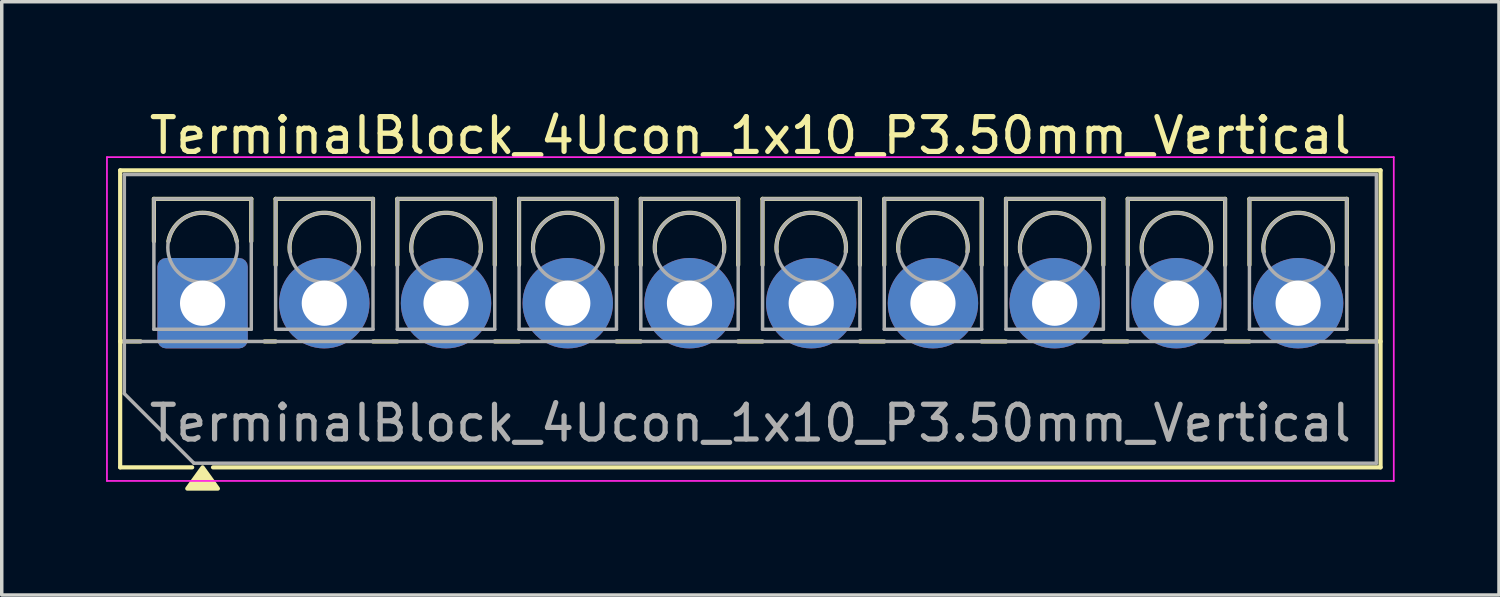
<source format=kicad_pcb>
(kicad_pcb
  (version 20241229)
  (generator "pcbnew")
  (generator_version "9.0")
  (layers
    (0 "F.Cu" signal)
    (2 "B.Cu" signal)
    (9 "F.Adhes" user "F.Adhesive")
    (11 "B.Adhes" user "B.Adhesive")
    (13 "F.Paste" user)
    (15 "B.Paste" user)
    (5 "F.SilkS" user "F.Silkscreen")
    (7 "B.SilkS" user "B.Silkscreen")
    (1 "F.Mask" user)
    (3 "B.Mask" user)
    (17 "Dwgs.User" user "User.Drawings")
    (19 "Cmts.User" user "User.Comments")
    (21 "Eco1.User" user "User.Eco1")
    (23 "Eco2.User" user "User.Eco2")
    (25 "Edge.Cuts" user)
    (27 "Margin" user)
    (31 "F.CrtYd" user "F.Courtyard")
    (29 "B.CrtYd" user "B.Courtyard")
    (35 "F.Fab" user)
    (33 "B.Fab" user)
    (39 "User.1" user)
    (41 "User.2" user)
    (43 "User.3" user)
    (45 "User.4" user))
  (footprint "TerminalBlock_4Ucon_1x10_P3.50mm_Vertical"
    (layer "F.Cu")
    (at 2.775 5.668)
    (property "Reference" "TerminalBlock_4Ucon_1x10_P3.50mm_Vertical" (at 15.75 -4.82 0) (layer "F.SilkS") (effects (font (size 1 1) (thickness 0.15))))
    (attr through_hole)
    (fp_line (start -2.37 -3.82) (end -2.37 4.72) (stroke (width 0.12) (type solid)) (layer "F.SilkS"))
    (fp_line (start -2.37 -3.82) (end 33.87 -3.82) (stroke (width 0.12) (type solid)) (layer "F.SilkS"))
    (fp_line (start -2.37 1.1) (end -1.78 1.1) (stroke (width 0.12) (type solid)) (layer "F.SilkS"))
    (fp_line (start -2.37 4.72) (end -0.3 4.72) (stroke (width 0.12) (type solid)) (layer "F.SilkS"))
    (fp_line (start -1.4 -3) (end -1.4 -1.78) (stroke (width 0.12) (type solid)) (layer "F.SilkS"))
    (fp_line (start -1.4 -3) (end 1.4 -3) (stroke (width 0.12) (type solid)) (layer "F.SilkS"))
    (fp_line (start 0.3 4.72) (end 33.87 4.72) (stroke (width 0.12) (type solid)) (layer "F.SilkS"))
    (fp_line (start 1.4 -3) (end 1.4 -1.78) (stroke (width 0.12) (type solid)) (layer "F.SilkS"))
    (fp_line (start 1.78 1.1) (end 2.101 1.1) (stroke (width 0.12) (type solid)) (layer "F.SilkS"))
    (fp_line (start 2.1 -3) (end 2.1 -1.099) (stroke (width 0.12) (type solid)) (layer "F.SilkS"))
    (fp_line (start 2.1 -3) (end 4.9 -3) (stroke (width 0.12) (type solid)) (layer "F.SilkS"))
    (fp_line (start 4.899 1.1) (end 5.601 1.1) (stroke (width 0.12) (type solid)) (layer "F.SilkS"))
    (fp_line (start 4.9 -3) (end 4.9 -1.099) (stroke (width 0.12) (type solid)) (layer "F.SilkS"))
    (fp_line (start 5.6 -3) (end 5.6 -1.099) (stroke (width 0.12) (type solid)) (layer "F.SilkS"))
    (fp_line (start 5.6 -3) (end 8.4 -3) (stroke (width 0.12) (type solid)) (layer "F.SilkS"))
    (fp_line (start 8.399 1.1) (end 9.101 1.1) (stroke (width 0.12) (type solid)) (layer "F.SilkS"))
    (fp_line (start 8.4 -3) (end 8.4 -1.099) (stroke (width 0.12) (type solid)) (layer "F.SilkS"))
    (fp_line (start 9.1 -3) (end 9.1 -1.099) (stroke (width 0.12) (type solid)) (layer "F.SilkS"))
    (fp_line (start 9.1 -3) (end 11.9 -3) (stroke (width 0.12) (type solid)) (layer "F.SilkS"))
    (fp_line (start 11.899 1.1) (end 12.601 1.1) (stroke (width 0.12) (type solid)) (layer "F.SilkS"))
    (fp_line (start 11.9 -3) (end 11.9 -1.099) (stroke (width 0.12) (type solid)) (layer "F.SilkS"))
    (fp_line (start 12.6 -3) (end 12.6 -1.099) (stroke (width 0.12) (type solid)) (layer "F.SilkS"))
    (fp_line (start 12.6 -3) (end 15.4 -3) (stroke (width 0.12) (type solid)) (layer "F.SilkS"))
    (fp_line (start 15.399 1.1) (end 16.101 1.1) (stroke (width 0.12) (type solid)) (layer "F.SilkS"))
    (fp_line (start 15.4 -3) (end 15.4 -1.099) (stroke (width 0.12) (type solid)) (layer "F.SilkS"))
    (fp_line (start 16.1 -3) (end 16.1 -1.099) (stroke (width 0.12) (type solid)) (layer "F.SilkS"))
    (fp_line (start 16.1 -3) (end 18.9 -3) (stroke (width 0.12) (type solid)) (layer "F.SilkS"))
    (fp_line (start 18.899 1.1) (end 19.601 1.1) (stroke (width 0.12) (type solid)) (layer "F.SilkS"))
    (fp_line (start 18.9 -3) (end 18.9 -1.099) (stroke (width 0.12) (type solid)) (layer "F.SilkS"))
    (fp_line (start 19.6 -3) (end 19.6 -1.099) (stroke (width 0.12) (type solid)) (layer "F.SilkS"))
    (fp_line (start 19.6 -3) (end 22.4 -3) (stroke (width 0.12) (type solid)) (layer "F.SilkS"))
    (fp_line (start 22.399 1.1) (end 23.101 1.1) (stroke (width 0.12) (type solid)) (layer "F.SilkS"))
    (fp_line (start 22.4 -3) (end 22.4 -1.099) (stroke (width 0.12) (type solid)) (layer "F.SilkS"))
    (fp_line (start 23.1 -3) (end 23.1 -1.099) (stroke (width 0.12) (type solid)) (layer "F.SilkS"))
    (fp_line (start 23.1 -3) (end 25.9 -3) (stroke (width 0.12) (type solid)) (layer "F.SilkS"))
    (fp_line (start 25.899 1.1) (end 26.601 1.1) (stroke (width 0.12) (type solid)) (layer "F.SilkS"))
    (fp_line (start 25.9 -3) (end 25.9 -1.099) (stroke (width 0.12) (type solid)) (layer "F.SilkS"))
    (fp_line (start 26.6 -3) (end 26.6 -1.099) (stroke (width 0.12) (type solid)) (layer "F.SilkS"))
    (fp_line (start 26.6 -3) (end 29.4 -3) (stroke (width 0.12) (type solid)) (layer "F.SilkS"))
    (fp_line (start 29.399 1.1) (end 30.101 1.1) (stroke (width 0.12) (type solid)) (layer "F.SilkS"))
    (fp_line (start 29.4 -3) (end 29.4 -1.099) (stroke (width 0.12) (type solid)) (layer "F.SilkS"))
    (fp_line (start 30.1 -3) (end 30.1 -1.099) (stroke (width 0.12) (type solid)) (layer "F.SilkS"))
    (fp_line (start 30.1 -3) (end 32.9 -3) (stroke (width 0.12) (type solid)) (layer "F.SilkS"))
    (fp_line (start 32.899 1.1) (end 33.87 1.1) (stroke (width 0.12) (type solid)) (layer "F.SilkS"))
    (fp_line (start 32.9 -3) (end 32.9 -1.099) (stroke (width 0.12) (type solid)) (layer "F.SilkS"))
    (fp_line (start 33.87 -3.82) (end 33.87 4.72) (stroke (width 0.12) (type solid)) (layer "F.SilkS"))
    (fp_arc (start -0.984 -1.78) (mid -0.00006 -2.600328) (end 0.983978 -1.780118) (stroke (width 0.12) (type solid)) (layer "F.SilkS"))
    (fp_arc (start 2.508 -1.478) (mid 3.500313 -2.599474) (end 4.491923 -1.477379) (stroke (width 0.12) (type solid)) (layer "F.SilkS"))
    (fp_arc (start 6.008 -1.478) (mid 7.000313 -2.599474) (end 7.991923 -1.477379) (stroke (width 0.12) (type solid)) (layer "F.SilkS"))
    (fp_arc (start 9.508 -1.478) (mid 10.500313 -2.599474) (end 11.491923 -1.477379) (stroke (width 0.12) (type solid)) (layer "F.SilkS"))
    (fp_arc (start 13.008 -1.478) (mid 14.000313 -2.599474) (end 14.991923 -1.477379) (stroke (width 0.12) (type solid)) (layer "F.SilkS"))
    (fp_arc (start 16.508 -1.478) (mid 17.500313 -2.599474) (end 18.491923 -1.477379) (stroke (width 0.12) (type solid)) (layer "F.SilkS"))
    (fp_arc (start 20.008 -1.478) (mid 21.000313 -2.599474) (end 21.991923 -1.477379) (stroke (width 0.12) (type solid)) (layer "F.SilkS"))
    (fp_arc (start 23.508 -1.478) (mid 24.500313 -2.599474) (end 25.491923 -1.477379) (stroke (width 0.12) (type solid)) (layer "F.SilkS"))
    (fp_arc (start 27.008 -1.478) (mid 28.000313 -2.599474) (end 28.991923 -1.477379) (stroke (width 0.12) (type solid)) (layer "F.SilkS"))
    (fp_arc (start 30.508 -1.478) (mid 31.500313 -2.599474) (end 32.491923 -1.477379) (stroke (width 0.12) (type solid)) (layer "F.SilkS"))
    (fp_poly (pts (xy 0 4.72) (xy 0.44 5.33) (xy -0.44 5.33)) (stroke (width 0.12) (type solid)) (fill yes) (layer "F.SilkS"))
    (fp_line (start -2.75 -4.2) (end -2.75 5.11) (stroke (width 0.05) (type solid)) (layer "F.CrtYd"))
    (fp_line (start -2.75 5.11) (end 34.25 5.11) (stroke (width 0.05) (type solid)) (layer "F.CrtYd"))
    (fp_line (start 34.25 -4.2) (end -2.75 -4.2) (stroke (width 0.05) (type solid)) (layer "F.CrtYd"))
    (fp_line (start 34.25 5.11) (end 34.25 -4.2) (stroke (width 0.05) (type solid)) (layer "F.CrtYd"))
    (fp_line (start -2.25 -3.7) (end 33.75 -3.7) (stroke (width 0.1) (type solid)) (layer "F.Fab"))
    (fp_line (start -2.25 1.1) (end 33.75 1.1) (stroke (width 0.1) (type solid)) (layer "F.Fab"))
    (fp_line (start -2.25 2.6) (end -2.25 -3.7) (stroke (width 0.1) (type solid)) (layer "F.Fab"))
    (fp_line (start -1.4 -3) (end -1.4 0.75) (stroke (width 0.1) (type solid)) (layer "F.Fab"))
    (fp_line (start -1.4 0.75) (end 1.4 0.75) (stroke (width 0.1) (type solid)) (layer "F.Fab"))
    (fp_line (start -0.25 4.6) (end -2.25 2.6) (stroke (width 0.1) (type solid)) (layer "F.Fab"))
    (fp_line (start 1.4 -3) (end -1.4 -3) (stroke (width 0.1) (type solid)) (layer "F.Fab"))
    (fp_line (start 1.4 0.75) (end 1.4 -3) (stroke (width 0.1) (type solid)) (layer "F.Fab"))
    (fp_line (start 2.1 -3) (end 2.1 0.75) (stroke (width 0.1) (type solid)) (layer "F.Fab"))
    (fp_line (start 2.1 0.75) (end 4.9 0.75) (stroke (width 0.1) (type solid)) (layer "F.Fab"))
    (fp_line (start 4.9 -3) (end 2.1 -3) (stroke (width 0.1) (type solid)) (layer "F.Fab"))
    (fp_line (start 4.9 0.75) (end 4.9 -3) (stroke (width 0.1) (type solid)) (layer "F.Fab"))
    (fp_line (start 5.6 -3) (end 5.6 0.75) (stroke (width 0.1) (type solid)) (layer "F.Fab"))
    (fp_line (start 5.6 0.75) (end 8.4 0.75) (stroke (width 0.1) (type solid)) (layer "F.Fab"))
    (fp_line (start 8.4 -3) (end 5.6 -3) (stroke (width 0.1) (type solid)) (layer "F.Fab"))
    (fp_line (start 8.4 0.75) (end 8.4 -3) (stroke (width 0.1) (type solid)) (layer "F.Fab"))
    (fp_line (start 9.1 -3) (end 9.1 0.75) (stroke (width 0.1) (type solid)) (layer "F.Fab"))
    (fp_line (start 9.1 0.75) (end 11.9 0.75) (stroke (width 0.1) (type solid)) (layer "F.Fab"))
    (fp_line (start 11.9 -3) (end 9.1 -3) (stroke (width 0.1) (type solid)) (layer "F.Fab"))
    (fp_line (start 11.9 0.75) (end 11.9 -3) (stroke (width 0.1) (type solid)) (layer "F.Fab"))
    (fp_line (start 12.6 -3) (end 12.6 0.75) (stroke (width 0.1) (type solid)) (layer "F.Fab"))
    (fp_line (start 12.6 0.75) (end 15.4 0.75) (stroke (width 0.1) (type solid)) (layer "F.Fab"))
    (fp_line (start 15.4 -3) (end 12.6 -3) (stroke (width 0.1) (type solid)) (layer "F.Fab"))
    (fp_line (start 15.4 0.75) (end 15.4 -3) (stroke (width 0.1) (type solid)) (layer "F.Fab"))
    (fp_line (start 16.101 -3) (end 16.101 0.75) (stroke (width 0.1) (type solid)) (layer "F.Fab"))
    (fp_line (start 16.101 0.75) (end 18.9 0.75) (stroke (width 0.1) (type solid)) (layer "F.Fab"))
    (fp_line (start 18.9 -3) (end 16.101 -3) (stroke (width 0.1) (type solid)) (layer "F.Fab"))
    (fp_line (start 18.9 0.75) (end 18.9 -3) (stroke (width 0.1) (type solid)) (layer "F.Fab"))
    (fp_line (start 19.6 -3) (end 19.6 0.75) (stroke (width 0.1) (type solid)) (layer "F.Fab"))
    (fp_line (start 19.6 0.75) (end 22.4 0.75) (stroke (width 0.1) (type solid)) (layer "F.Fab"))
    (fp_line (start 22.4 -3) (end 19.6 -3) (stroke (width 0.1) (type solid)) (layer "F.Fab"))
    (fp_line (start 22.4 0.75) (end 22.4 -3) (stroke (width 0.1) (type solid)) (layer "F.Fab"))
    (fp_line (start 23.1 -3) (end 23.1 0.75) (stroke (width 0.1) (type solid)) (layer "F.Fab"))
    (fp_line (start 23.1 0.75) (end 25.9 0.75) (stroke (width 0.1) (type solid)) (layer "F.Fab"))
    (fp_line (start 25.9 -3) (end 23.1 -3) (stroke (width 0.1) (type solid)) (layer "F.Fab"))
    (fp_line (start 25.9 0.75) (end 25.9 -3) (stroke (width 0.1) (type solid)) (layer "F.Fab"))
    (fp_line (start 26.6 -3) (end 26.6 0.75) (stroke (width 0.1) (type solid)) (layer "F.Fab"))
    (fp_line (start 26.6 0.75) (end 29.4 0.75) (stroke (width 0.1) (type solid)) (layer "F.Fab"))
    (fp_line (start 29.4 -3) (end 26.6 -3) (stroke (width 0.1) (type solid)) (layer "F.Fab"))
    (fp_line (start 29.4 0.75) (end 29.4 -3) (stroke (width 0.1) (type solid)) (layer "F.Fab"))
    (fp_line (start 30.1 -3) (end 30.1 0.75) (stroke (width 0.1) (type solid)) (layer "F.Fab"))
    (fp_line (start 30.1 0.75) (end 32.9 0.75) (stroke (width 0.1) (type solid)) (layer "F.Fab"))
    (fp_line (start 32.9 -3) (end 30.1 -3) (stroke (width 0.1) (type solid)) (layer "F.Fab"))
    (fp_line (start 32.9 0.75) (end 32.9 -3) (stroke (width 0.1) (type solid)) (layer "F.Fab"))
    (fp_line (start 33.75 -3.7) (end 33.75 4.6) (stroke (width 0.1) (type solid)) (layer "F.Fab"))
    (fp_line (start 33.75 4.6) (end -0.25 4.6) (stroke (width 0.1) (type solid)) (layer "F.Fab"))
    (fp_circle (center 0 -1.6) (end 1 -1.6) (stroke (width 0.1) (type solid)) (fill no) (layer "F.Fab"))
    (fp_circle (center 3.5 -1.6) (end 4.5 -1.6) (stroke (width 0.1) (type solid)) (fill no) (layer "F.Fab"))
    (fp_circle (center 7 -1.6) (end 8 -1.6) (stroke (width 0.1) (type solid)) (fill no) (layer "F.Fab"))
    (fp_circle (center 10.5 -1.6) (end 11.5 -1.6) (stroke (width 0.1) (type solid)) (fill no) (layer "F.Fab"))
    (fp_circle (center 14 -1.6) (end 15 -1.6) (stroke (width 0.1) (type solid)) (fill no) (layer "F.Fab"))
    (fp_circle (center 17.5 -1.6) (end 18.5 -1.6) (stroke (width 0.1) (type solid)) (fill no) (layer "F.Fab"))
    (fp_circle (center 21 -1.6) (end 22 -1.6) (stroke (width 0.1) (type solid)) (fill no) (layer "F.Fab"))
    (fp_circle (center 24.5 -1.6) (end 25.5 -1.6) (stroke (width 0.1) (type solid)) (fill no) (layer "F.Fab"))
    (fp_circle (center 28 -1.6) (end 29 -1.6) (stroke (width 0.1) (type solid)) (fill no) (layer "F.Fab"))
    (fp_circle (center 31.5 -1.6) (end 32.5 -1.6) (stroke (width 0.1) (type solid)) (fill no) (layer "F.Fab"))
    (fp_text user "${REFERENCE}" (at 15.75 3.45 0) (layer "F.Fab") (effects (font (size 1 1) (thickness 0.15))))
    (pad "1" thru_hole roundrect (at 0 0) (size 2.6 2.6) (drill 1.3) (layers "*.Cu" "*.Mask") (roundrect_rratio 0.096))
    (pad "2" thru_hole circle (at 3.5 0) (size 2.6 2.6) (drill 1.3) (layers "*.Cu" "*.Mask"))
    (pad "3" thru_hole circle (at 7 0) (size 2.6 2.6) (drill 1.3) (layers "*.Cu" "*.Mask"))
    (pad "4" thru_hole circle (at 10.5 0) (size 2.6 2.6) (drill 1.3) (layers "*.Cu" "*.Mask"))
    (pad "5" thru_hole circle (at 14 0) (size 2.6 2.6) (drill 1.3) (layers "*.Cu" "*.Mask"))
    (pad "6" thru_hole circle (at 17.5 0) (size 2.6 2.6) (drill 1.3) (layers "*.Cu" "*.Mask"))
    (pad "7" thru_hole circle (at 21 0) (size 2.6 2.6) (drill 1.3) (layers "*.Cu" "*.Mask"))
    (pad "8" thru_hole circle (at 24.5 0) (size 2.6 2.6) (drill 1.3) (layers "*.Cu" "*.Mask"))
    (pad "9" thru_hole circle (at 28 0) (size 2.6 2.6) (drill 1.3) (layers "*.Cu" "*.Mask"))
    (pad "10" thru_hole circle (at 31.5 0) (size 2.6 2.6) (drill 1.3) (layers "*.Cu" "*.Mask")))
  (gr_rect
    (start -3 -3)
    (end 40.05 14.058)
    (stroke (width 0.1) (type default))
    (fill no)
    (layer "Edge.Cuts")))
</source>
